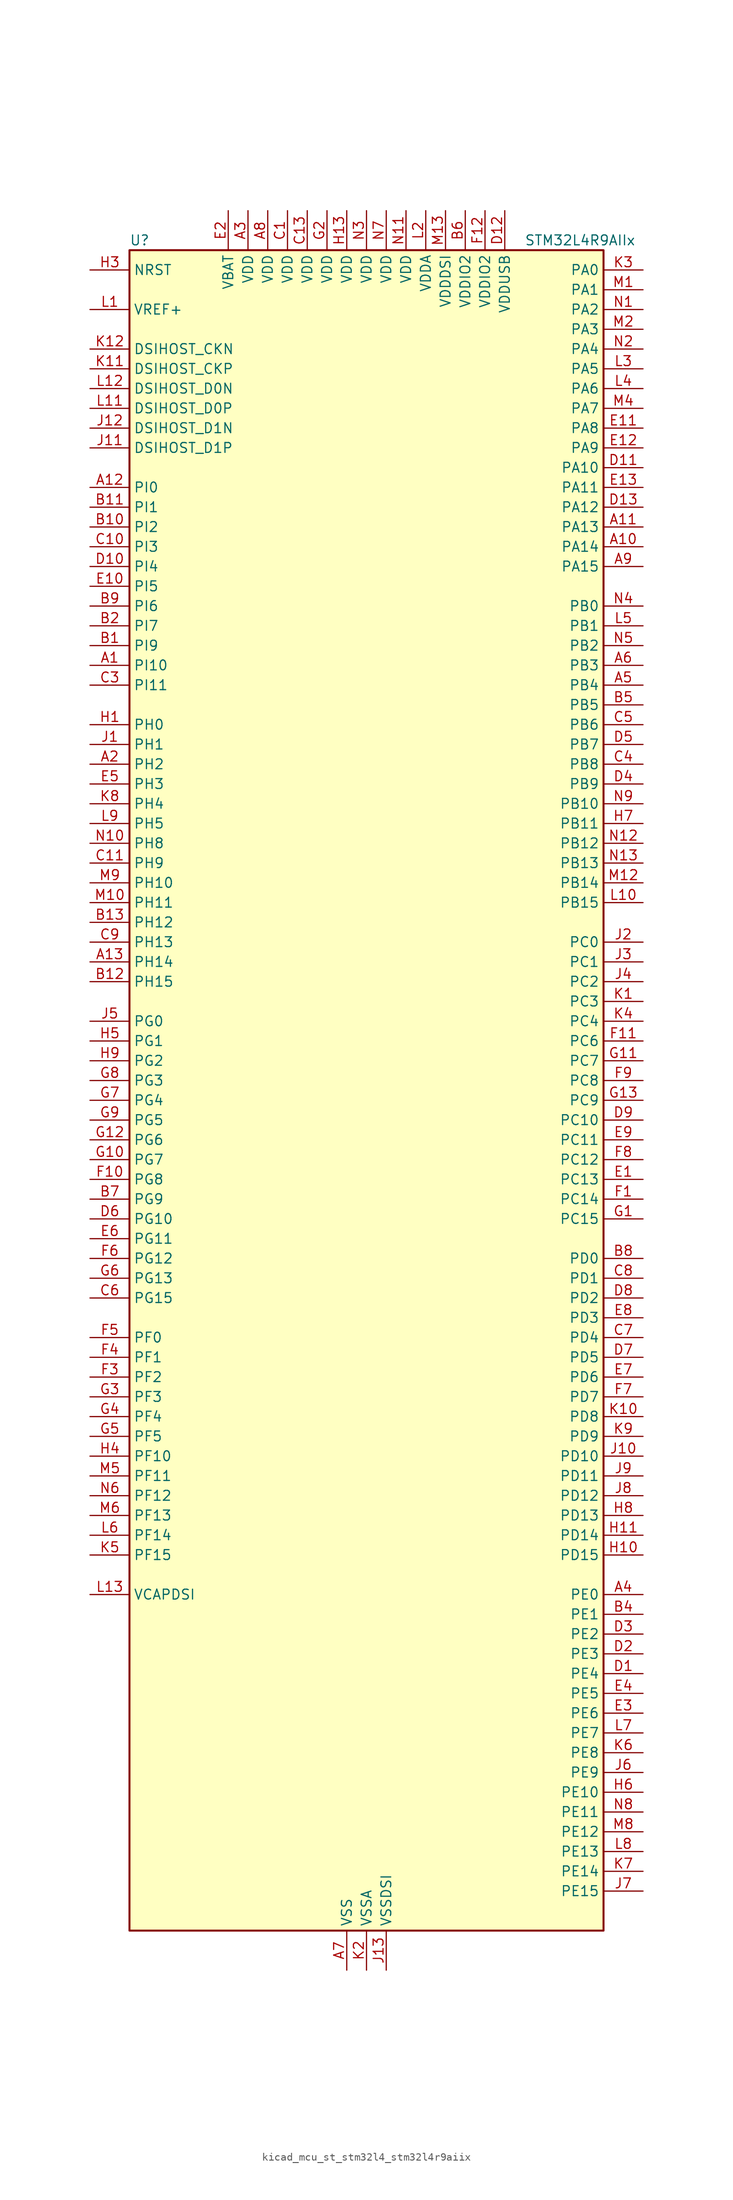
<source format=kicad_sym>
(kicad_symbol_lib
  (version 20220914)
  (generator kicad_symbol_editor)
  (symbol "kicad_mcu_st_stm32l4_stm32l4r9aiix"
    (property "Reference" "U"
      (at -30.48 110.49 0)
      (effects (font (size 1.27 1.27)) (justify left)))
    (property "Value" "STM32L4R9AIIx"
      (at 20.32 110.49 0)
      (effects (font (size 1.27 1.27)) (justify left)))
    (property "ki_locked" ""
      (at 0 0 0)
      (effects (font (size 1.27 1.27))))
    (symbol "kicad_mcu_st_stm32l4_stm32l4r9aiix_0_1"
      (rectangle (start -30.48 -106.68) (end 30.48 109.22) (stroke (width 0.254) (type default)) (fill (type background))))
    (symbol "kicad_mcu_st_stm32l4_stm32l4r9aiix_1_1"
      (pin bidirectional line (at -35.56 55.88 0) (length 5.08) (name "PI10" (effects (font (size 1.27 1.27)))) (number "A1" (effects (font (size 1.27 1.27)))) (alternate "OCTOSPIM_P2_IO1" bidirectional line))
      (pin bidirectional line (at 35.56 71.12 180) (length 5.08) (name "PA14" (effects (font (size 1.27 1.27)))) (number "A10" (effects (font (size 1.27 1.27)))) (alternate "I2C1_SMBA" bidirectional line) (alternate "I2C4_SMBA" bidirectional line) (alternate "LPTIM1_OUT" bidirectional line) (alternate "SAI1_FS_B" bidirectional line) (alternate "SYS_JTCK-SWCLK" bidirectional line) (alternate "USB_OTG_FS_SOF" bidirectional line))
      (pin bidirectional line (at 35.56 73.66 180) (length 5.08) (name "PA13" (effects (font (size 1.27 1.27)))) (number "A11" (effects (font (size 1.27 1.27)))) (alternate "IR_OUT" bidirectional line) (alternate "SAI1_SD_B" bidirectional line) (alternate "SYS_JTMS-SWDIO" bidirectional line) (alternate "USB_OTG_FS_NOE" bidirectional line))
      (pin bidirectional line (at -35.56 78.74 0) (length 5.08) (name "PI0" (effects (font (size 1.27 1.27)))) (number "A12" (effects (font (size 1.27 1.27)))) (alternate "DCMI_D13" bidirectional line) (alternate "OCTOSPIM_P1_IO5" bidirectional line) (alternate "SPI2_NSS" bidirectional line) (alternate "TIM5_CH4" bidirectional line))
      (pin bidirectional line (at -35.56 17.78 0) (length 5.08) (name "PH14" (effects (font (size 1.27 1.27)))) (number "A13" (effects (font (size 1.27 1.27)))) (alternate "DCMI_D4" bidirectional line) (alternate "TIM8_CH2N" bidirectional line))
      (pin bidirectional line (at -35.56 43.18 0) (length 5.08) (name "PH2" (effects (font (size 1.27 1.27)))) (number "A2" (effects (font (size 1.27 1.27)))) (alternate "OCTOSPIM_P1_IO4" bidirectional line))
      (pin power_in line (at -15.24 114.3 270) (length 5.08) (name "VDD" (effects (font (size 1.27 1.27)))) (number "A3" (effects (font (size 1.27 1.27)))))
      (pin bidirectional line (at 35.56 -63.5 180) (length 5.08) (name "PE0" (effects (font (size 1.27 1.27)))) (number "A4" (effects (font (size 1.27 1.27)))) (alternate "DCMI_D2" bidirectional line) (alternate "FMC_NBL0" bidirectional line) (alternate "LTDC_HSYNC" bidirectional line) (alternate "TIM16_CH1" bidirectional line) (alternate "TIM4_ETR" bidirectional line))
      (pin bidirectional line (at 35.56 53.34 180) (length 5.08) (name "PB4" (effects (font (size 1.27 1.27)))) (number "A5" (effects (font (size 1.27 1.27)))) (alternate "COMP2_INP" bidirectional line) (alternate "DCMI_D12" bidirectional line) (alternate "I2C3_SDA" bidirectional line) (alternate "SAI1_MCLK_B" bidirectional line) (alternate "SPI1_MISO" bidirectional line) (alternate "SPI3_MISO" bidirectional line) (alternate "SYS_JTRST" bidirectional line) (alternate "TIM17_BKIN" bidirectional line) (alternate "TIM3_CH1" bidirectional line) (alternate "TSC_G2_IO1" bidirectional line) (alternate "UART5_DE" bidirectional line) (alternate "UART5_RTS" bidirectional line) (alternate "USART1_CTS" bidirectional line) (alternate "USART1_NSS" bidirectional line))
      (pin bidirectional line (at 35.56 55.88 180) (length 5.08) (name "PB3" (effects (font (size 1.27 1.27)))) (number "A6" (effects (font (size 1.27 1.27)))) (alternate "COMP2_INM" bidirectional line) (alternate "CRS_SYNC" bidirectional line) (alternate "SAI1_SCK_B" bidirectional line) (alternate "SPI1_SCK" bidirectional line) (alternate "SPI3_SCK" bidirectional line) (alternate "SYS_JTDO-SWO" bidirectional line) (alternate "TIM2_CH2" bidirectional line) (alternate "USART1_DE" bidirectional line) (alternate "USART1_RTS" bidirectional line))
      (pin power_in line (at -2.54 -111.76 90) (length 5.08) (name "VSS" (effects (font (size 1.27 1.27)))) (number "A7" (effects (font (size 1.27 1.27)))))
      (pin power_in line (at -12.7 114.3 270) (length 5.08) (name "VDD" (effects (font (size 1.27 1.27)))) (number "A8" (effects (font (size 1.27 1.27)))))
      (pin bidirectional line (at 35.56 68.58 180) (length 5.08) (name "PA15" (effects (font (size 1.27 1.27)))) (number "A9" (effects (font (size 1.27 1.27)))) (alternate "ADC1_EXTI15" bidirectional line) (alternate "SAI2_FS_B" bidirectional line) (alternate "SPI1_NSS" bidirectional line) (alternate "SPI3_NSS" bidirectional line) (alternate "SYS_JTDI" bidirectional line) (alternate "TIM2_CH1" bidirectional line) (alternate "TIM2_ETR" bidirectional line) (alternate "TSC_G3_IO1" bidirectional line) (alternate "UART4_DE" bidirectional line) (alternate "UART4_RTS" bidirectional line) (alternate "USART2_RX" bidirectional line) (alternate "USART3_DE" bidirectional line) (alternate "USART3_RTS" bidirectional line))
      (pin bidirectional line (at -35.56 58.42 0) (length 5.08) (name "PI9" (effects (font (size 1.27 1.27)))) (number "B1" (effects (font (size 1.27 1.27)))) (alternate "CAN1_RX" bidirectional line) (alternate "DAC1_EXTI9" bidirectional line) (alternate "OCTOSPIM_P2_IO2" bidirectional line))
      (pin bidirectional line (at -35.56 73.66 0) (length 5.08) (name "PI2" (effects (font (size 1.27 1.27)))) (number "B10" (effects (font (size 1.27 1.27)))) (alternate "DCMI_D9" bidirectional line) (alternate "SPI2_MISO" bidirectional line) (alternate "TIM8_CH4" bidirectional line))
      (pin bidirectional line (at -35.56 76.2 0) (length 5.08) (name "PI1" (effects (font (size 1.27 1.27)))) (number "B11" (effects (font (size 1.27 1.27)))) (alternate "DCMI_D8" bidirectional line) (alternate "SPI2_SCK" bidirectional line))
      (pin bidirectional line (at -35.56 15.24 0) (length 5.08) (name "PH15" (effects (font (size 1.27 1.27)))) (number "B12" (effects (font (size 1.27 1.27)))) (alternate "ADC1_EXTI15" bidirectional line) (alternate "DCMI_D11" bidirectional line) (alternate "OCTOSPIM_P2_IO6" bidirectional line) (alternate "TIM8_CH3N" bidirectional line))
      (pin bidirectional line (at -35.56 22.86 0) (length 5.08) (name "PH12" (effects (font (size 1.27 1.27)))) (number "B13" (effects (font (size 1.27 1.27)))) (alternate "DCMI_D3" bidirectional line) (alternate "OCTOSPIM_P2_IO7" bidirectional line) (alternate "TIM5_CH3" bidirectional line))
      (pin bidirectional line (at -35.56 60.96 0) (length 5.08) (name "PI7" (effects (font (size 1.27 1.27)))) (number "B2" (effects (font (size 1.27 1.27)))) (alternate "DCMI_D7" bidirectional line) (alternate "TIM8_CH3" bidirectional line))
      (pin passive line (at -2.54 -111.76 90) (length 5.08) hide (name "VSS" (effects (font (size 1.27 1.27)))) (number "B3" (effects (font (size 1.27 1.27)))))
      (pin bidirectional line (at 35.56 -66.04 180) (length 5.08) (name "PE1" (effects (font (size 1.27 1.27)))) (number "B4" (effects (font (size 1.27 1.27)))) (alternate "DCMI_D3" bidirectional line) (alternate "FMC_NBL1" bidirectional line) (alternate "LTDC_VSYNC" bidirectional line) (alternate "TIM17_CH1" bidirectional line))
      (pin bidirectional line (at 35.56 50.8 180) (length 5.08) (name "PB5" (effects (font (size 1.27 1.27)))) (number "B5" (effects (font (size 1.27 1.27)))) (alternate "COMP2_OUT" bidirectional line) (alternate "DCMI_D10" bidirectional line) (alternate "I2C1_SMBA" bidirectional line) (alternate "LPTIM1_IN1" bidirectional line) (alternate "SAI1_SD_B" bidirectional line) (alternate "SPI1_MOSI" bidirectional line) (alternate "SPI3_MOSI" bidirectional line) (alternate "TIM16_BKIN" bidirectional line) (alternate "TIM3_CH2" bidirectional line) (alternate "TSC_G2_IO2" bidirectional line) (alternate "UART5_CTS" bidirectional line) (alternate "USART1_CK" bidirectional line))
      (pin power_in line (at 12.7 114.3 270) (length 5.08) (name "VDDIO2" (effects (font (size 1.27 1.27)))) (number "B6" (effects (font (size 1.27 1.27)))))
      (pin bidirectional line (at -35.56 -12.7 0) (length 5.08) (name "PG9" (effects (font (size 1.27 1.27)))) (number "B7" (effects (font (size 1.27 1.27)))) (alternate "DAC1_EXTI9" bidirectional line) (alternate "FMC_NCE" bidirectional line) (alternate "FMC_NE2" bidirectional line) (alternate "OCTOSPIM_P2_IO6" bidirectional line) (alternate "SAI2_SCK_A" bidirectional line) (alternate "SPI3_SCK" bidirectional line) (alternate "TIM15_CH1N" bidirectional line) (alternate "USART1_TX" bidirectional line))
      (pin bidirectional line (at 35.56 -20.32 180) (length 5.08) (name "PD0" (effects (font (size 1.27 1.27)))) (number "B8" (effects (font (size 1.27 1.27)))) (alternate "CAN1_RX" bidirectional line) (alternate "DFSDM1_DATIN7" bidirectional line) (alternate "FMC_D2" bidirectional line) (alternate "FMC_DA2" bidirectional line) (alternate "LTDC_B4" bidirectional line) (alternate "SPI2_NSS" bidirectional line))
      (pin bidirectional line (at -35.56 63.5 0) (length 5.08) (name "PI6" (effects (font (size 1.27 1.27)))) (number "B9" (effects (font (size 1.27 1.27)))) (alternate "DCMI_D6" bidirectional line) (alternate "OCTOSPIM_P2_CLK" bidirectional line) (alternate "TIM8_CH2" bidirectional line))
      (pin power_in line (at -10.16 114.3 270) (length 5.08) (name "VDD" (effects (font (size 1.27 1.27)))) (number "C1" (effects (font (size 1.27 1.27)))))
      (pin bidirectional line (at -35.56 71.12 0) (length 5.08) (name "PI3" (effects (font (size 1.27 1.27)))) (number "C10" (effects (font (size 1.27 1.27)))) (alternate "DCMI_D10" bidirectional line) (alternate "SPI2_MOSI" bidirectional line) (alternate "TIM8_ETR" bidirectional line))
      (pin bidirectional line (at -35.56 30.48 0) (length 5.08) (name "PH9" (effects (font (size 1.27 1.27)))) (number "C11" (effects (font (size 1.27 1.27)))) (alternate "DAC1_EXTI9" bidirectional line) (alternate "DCMI_D0" bidirectional line) (alternate "I2C3_SMBA" bidirectional line) (alternate "OCTOSPIM_P2_IO4" bidirectional line))
      (pin passive line (at -2.54 -111.76 90) (length 5.08) hide (name "VSS" (effects (font (size 1.27 1.27)))) (number "C12" (effects (font (size 1.27 1.27)))))
      (pin power_in line (at -7.62 114.3 270) (length 5.08) (name "VDD" (effects (font (size 1.27 1.27)))) (number "C13" (effects (font (size 1.27 1.27)))))
      (pin passive line (at -2.54 -111.76 90) (length 5.08) hide (name "VSS" (effects (font (size 1.27 1.27)))) (number "C2" (effects (font (size 1.27 1.27)))))
      (pin bidirectional line (at -35.56 53.34 0) (length 5.08) (name "PI11" (effects (font (size 1.27 1.27)))) (number "C3" (effects (font (size 1.27 1.27)))) (alternate "ADC1_EXTI11" bidirectional line) (alternate "OCTOSPIM_P2_IO0" bidirectional line))
      (pin bidirectional line (at 35.56 43.18 180) (length 5.08) (name "PB8" (effects (font (size 1.27 1.27)))) (number "C4" (effects (font (size 1.27 1.27)))) (alternate "CAN1_RX" bidirectional line) (alternate "DCMI_D6" bidirectional line) (alternate "DFSDM1_CKOUT" bidirectional line) (alternate "DFSDM1_DATIN6" bidirectional line) (alternate "I2C1_SCL" bidirectional line) (alternate "LTDC_B1" bidirectional line) (alternate "SAI1_CK1" bidirectional line) (alternate "SAI1_MCLK_A" bidirectional line) (alternate "SDMMC1_CKIN" bidirectional line) (alternate "SDMMC1_D4" bidirectional line) (alternate "TIM16_CH1" bidirectional line) (alternate "TIM4_CH3" bidirectional line))
      (pin bidirectional line (at 35.56 48.26 180) (length 5.08) (name "PB6" (effects (font (size 1.27 1.27)))) (number "C5" (effects (font (size 1.27 1.27)))) (alternate "COMP2_INP" bidirectional line) (alternate "DCMI_D5" bidirectional line) (alternate "DFSDM1_DATIN5" bidirectional line) (alternate "I2C1_SCL" bidirectional line) (alternate "I2C4_SCL" bidirectional line) (alternate "LPTIM1_ETR" bidirectional line) (alternate "SAI1_FS_B" bidirectional line) (alternate "TIM16_CH1N" bidirectional line) (alternate "TIM4_CH1" bidirectional line) (alternate "TIM8_BKIN2" bidirectional line) (alternate "TSC_G2_IO3" bidirectional line) (alternate "USART1_TX" bidirectional line))
      (pin bidirectional line (at -35.56 -25.4 0) (length 5.08) (name "PG15" (effects (font (size 1.27 1.27)))) (number "C6" (effects (font (size 1.27 1.27)))) (alternate "ADC1_EXTI15" bidirectional line) (alternate "DCMI_D13" bidirectional line) (alternate "I2C1_SMBA" bidirectional line) (alternate "LPTIM1_OUT" bidirectional line) (alternate "OCTOSPIM_P2_DQS" bidirectional line))
      (pin bidirectional line (at 35.56 -30.48 180) (length 5.08) (name "PD4" (effects (font (size 1.27 1.27)))) (number "C7" (effects (font (size 1.27 1.27)))) (alternate "DFSDM1_CKIN0" bidirectional line) (alternate "FMC_NOE" bidirectional line) (alternate "OCTOSPIM_P1_IO4" bidirectional line) (alternate "SPI2_MOSI" bidirectional line) (alternate "USART2_DE" bidirectional line) (alternate "USART2_RTS" bidirectional line))
      (pin bidirectional line (at 35.56 -22.86 180) (length 5.08) (name "PD1" (effects (font (size 1.27 1.27)))) (number "C8" (effects (font (size 1.27 1.27)))) (alternate "CAN1_TX" bidirectional line) (alternate "DFSDM1_CKIN7" bidirectional line) (alternate "FMC_D3" bidirectional line) (alternate "FMC_DA3" bidirectional line) (alternate "LTDC_B5" bidirectional line) (alternate "SPI2_SCK" bidirectional line))
      (pin bidirectional line (at -35.56 20.32 0) (length 5.08) (name "PH13" (effects (font (size 1.27 1.27)))) (number "C9" (effects (font (size 1.27 1.27)))) (alternate "CAN1_TX" bidirectional line) (alternate "TIM8_CH1N" bidirectional line))
      (pin bidirectional line (at 35.56 -73.66 180) (length 5.08) (name "PE4" (effects (font (size 1.27 1.27)))) (number "D1" (effects (font (size 1.27 1.27)))) (alternate "DCMI_D4" bidirectional line) (alternate "DFSDM1_DATIN3" bidirectional line) (alternate "FMC_A20" bidirectional line) (alternate "LTDC_B0" bidirectional line) (alternate "SAI1_D2" bidirectional line) (alternate "SAI1_FS_A" bidirectional line) (alternate "SYS_TRACED1" bidirectional line) (alternate "TIM3_CH2" bidirectional line) (alternate "TSC_G7_IO3" bidirectional line))
      (pin bidirectional line (at -35.56 68.58 0) (length 5.08) (name "PI4" (effects (font (size 1.27 1.27)))) (number "D10" (effects (font (size 1.27 1.27)))) (alternate "DCMI_D5" bidirectional line) (alternate "TIM8_BKIN" bidirectional line))
      (pin bidirectional line (at 35.56 81.28 180) (length 5.08) (name "PA10" (effects (font (size 1.27 1.27)))) (number "D11" (effects (font (size 1.27 1.27)))) (alternate "DCMI_D1" bidirectional line) (alternate "SAI1_D1" bidirectional line) (alternate "SAI1_SD_A" bidirectional line) (alternate "TIM17_BKIN" bidirectional line) (alternate "TIM1_CH3" bidirectional line) (alternate "USART1_RX" bidirectional line) (alternate "USB_OTG_FS_ID" bidirectional line))
      (pin power_in line (at 17.78 114.3 270) (length 5.08) (name "VDDUSB" (effects (font (size 1.27 1.27)))) (number "D12" (effects (font (size 1.27 1.27)))))
      (pin bidirectional line (at 35.56 76.2 180) (length 5.08) (name "PA12" (effects (font (size 1.27 1.27)))) (number "D13" (effects (font (size 1.27 1.27)))) (alternate "CAN1_TX" bidirectional line) (alternate "SPI1_MOSI" bidirectional line) (alternate "TIM1_ETR" bidirectional line) (alternate "USART1_DE" bidirectional line) (alternate "USART1_RTS" bidirectional line) (alternate "USB_OTG_FS_DP" bidirectional line))
      (pin bidirectional line (at 35.56 -71.12 180) (length 5.08) (name "PE3" (effects (font (size 1.27 1.27)))) (number "D2" (effects (font (size 1.27 1.27)))) (alternate "FMC_A19" bidirectional line) (alternate "LTDC_R1" bidirectional line) (alternate "OCTOSPIM_P1_DQS" bidirectional line) (alternate "SAI1_SD_B" bidirectional line) (alternate "SYS_TRACED0" bidirectional line) (alternate "TIM3_CH1" bidirectional line) (alternate "TSC_G7_IO2" bidirectional line))
      (pin bidirectional line (at 35.56 -68.58 180) (length 5.08) (name "PE2" (effects (font (size 1.27 1.27)))) (number "D3" (effects (font (size 1.27 1.27)))) (alternate "FMC_A23" bidirectional line) (alternate "LTDC_R0" bidirectional line) (alternate "SAI1_CK1" bidirectional line) (alternate "SAI1_MCLK_A" bidirectional line) (alternate "SYS_TRACECLK" bidirectional line) (alternate "TIM3_ETR" bidirectional line) (alternate "TSC_G7_IO1" bidirectional line))
      (pin bidirectional line (at 35.56 40.64 180) (length 5.08) (name "PB9" (effects (font (size 1.27 1.27)))) (number "D4" (effects (font (size 1.27 1.27)))) (alternate "CAN1_TX" bidirectional line) (alternate "DAC1_EXTI9" bidirectional line) (alternate "DCMI_D7" bidirectional line) (alternate "DFSDM1_CKIN6" bidirectional line) (alternate "I2C1_SDA" bidirectional line) (alternate "IR_OUT" bidirectional line) (alternate "SAI1_D2" bidirectional line) (alternate "SAI1_FS_A" bidirectional line) (alternate "SDMMC1_CDIR" bidirectional line) (alternate "SDMMC1_D5" bidirectional line) (alternate "SPI2_NSS" bidirectional line) (alternate "TIM17_CH1" bidirectional line) (alternate "TIM4_CH4" bidirectional line))
      (pin bidirectional line (at 35.56 45.72 180) (length 5.08) (name "PB7" (effects (font (size 1.27 1.27)))) (number "D5" (effects (font (size 1.27 1.27)))) (alternate "COMP2_INM" bidirectional line) (alternate "DCMI_VSYNC" bidirectional line) (alternate "DFSDM1_CKIN5" bidirectional line) (alternate "DSIHOST_TE" bidirectional line) (alternate "FMC_NL" bidirectional line) (alternate "I2C1_SDA" bidirectional line) (alternate "I2C4_SDA" bidirectional line) (alternate "LPTIM1_IN2" bidirectional line) (alternate "SYS_PVD_IN" bidirectional line) (alternate "TIM17_CH1N" bidirectional line) (alternate "TIM4_CH2" bidirectional line) (alternate "TIM8_BKIN" bidirectional line) (alternate "TSC_G2_IO4" bidirectional line) (alternate "UART4_CTS" bidirectional line) (alternate "USART1_RX" bidirectional line))
      (pin bidirectional line (at -35.56 -15.24 0) (length 5.08) (name "PG10" (effects (font (size 1.27 1.27)))) (number "D6" (effects (font (size 1.27 1.27)))) (alternate "FMC_NE3" bidirectional line) (alternate "LPTIM1_IN1" bidirectional line) (alternate "OCTOSPIM_P2_IO7" bidirectional line) (alternate "SAI2_FS_A" bidirectional line) (alternate "SPI3_MISO" bidirectional line) (alternate "TIM15_CH1" bidirectional line) (alternate "USART1_RX" bidirectional line))
      (pin bidirectional line (at 35.56 -33.02 180) (length 5.08) (name "PD5" (effects (font (size 1.27 1.27)))) (number "D7" (effects (font (size 1.27 1.27)))) (alternate "FMC_NWE" bidirectional line) (alternate "OCTOSPIM_P1_IO5" bidirectional line) (alternate "USART2_TX" bidirectional line))
      (pin bidirectional line (at 35.56 -25.4 180) (length 5.08) (name "PD2" (effects (font (size 1.27 1.27)))) (number "D8" (effects (font (size 1.27 1.27)))) (alternate "DCMI_D11" bidirectional line) (alternate "SDMMC1_CMD" bidirectional line) (alternate "SYS_TRACED2" bidirectional line) (alternate "TIM3_ETR" bidirectional line) (alternate "TSC_SYNC" bidirectional line) (alternate "UART5_RX" bidirectional line) (alternate "USART3_DE" bidirectional line) (alternate "USART3_RTS" bidirectional line))
      (pin bidirectional line (at 35.56 -2.54 180) (length 5.08) (name "PC10" (effects (font (size 1.27 1.27)))) (number "D9" (effects (font (size 1.27 1.27)))) (alternate "DCMI_D8" bidirectional line) (alternate "SAI2_SCK_B" bidirectional line) (alternate "SDMMC1_D2" bidirectional line) (alternate "SPI3_SCK" bidirectional line) (alternate "SYS_TRACED1" bidirectional line) (alternate "TSC_G3_IO2" bidirectional line) (alternate "UART4_TX" bidirectional line) (alternate "USART3_TX" bidirectional line))
      (pin bidirectional line (at 35.56 -10.16 180) (length 5.08) (name "PC13" (effects (font (size 1.27 1.27)))) (number "E1" (effects (font (size 1.27 1.27)))) (alternate "RTC_OUT_ALARM" bidirectional line) (alternate "RTC_OUT_CALIB" bidirectional line) (alternate "RTC_TAMP1" bidirectional line) (alternate "RTC_TS" bidirectional line) (alternate "SYS_WKUP2" bidirectional line))
      (pin bidirectional line (at -35.56 66.04 0) (length 5.08) (name "PI5" (effects (font (size 1.27 1.27)))) (number "E10" (effects (font (size 1.27 1.27)))) (alternate "DCMI_VSYNC" bidirectional line) (alternate "OCTOSPIM_P2_NCS" bidirectional line) (alternate "TIM8_CH1" bidirectional line))
      (pin bidirectional line (at 35.56 86.36 180) (length 5.08) (name "PA8" (effects (font (size 1.27 1.27)))) (number "E11" (effects (font (size 1.27 1.27)))) (alternate "LPTIM2_OUT" bidirectional line) (alternate "RCC_MCO" bidirectional line) (alternate "SAI1_CK2" bidirectional line) (alternate "SAI1_SCK_A" bidirectional line) (alternate "TIM1_CH1" bidirectional line) (alternate "USART1_CK" bidirectional line) (alternate "USB_OTG_FS_SOF" bidirectional line))
      (pin bidirectional line (at 35.56 83.82 180) (length 5.08) (name "PA9" (effects (font (size 1.27 1.27)))) (number "E12" (effects (font (size 1.27 1.27)))) (alternate "DAC1_EXTI9" bidirectional line) (alternate "DCMI_D0" bidirectional line) (alternate "SAI1_FS_A" bidirectional line) (alternate "SPI2_SCK" bidirectional line) (alternate "TIM15_BKIN" bidirectional line) (alternate "TIM1_CH2" bidirectional line) (alternate "USART1_TX" bidirectional line) (alternate "USB_OTG_FS_VBUS" bidirectional line))
      (pin bidirectional line (at 35.56 78.74 180) (length 5.08) (name "PA11" (effects (font (size 1.27 1.27)))) (number "E13" (effects (font (size 1.27 1.27)))) (alternate "ADC1_EXTI11" bidirectional line) (alternate "CAN1_RX" bidirectional line) (alternate "SPI1_MISO" bidirectional line) (alternate "TIM1_BKIN2" bidirectional line) (alternate "TIM1_CH4" bidirectional line) (alternate "USART1_CTS" bidirectional line) (alternate "USART1_NSS" bidirectional line) (alternate "USB_OTG_FS_DM" bidirectional line))
      (pin power_in line (at -17.78 114.3 270) (length 5.08) (name "VBAT" (effects (font (size 1.27 1.27)))) (number "E2" (effects (font (size 1.27 1.27)))))
      (pin bidirectional line (at 35.56 -78.74 180) (length 5.08) (name "PE6" (effects (font (size 1.27 1.27)))) (number "E3" (effects (font (size 1.27 1.27)))) (alternate "DCMI_D7" bidirectional line) (alternate "FMC_A22" bidirectional line) (alternate "LTDC_G1" bidirectional line) (alternate "RTC_TAMP3" bidirectional line) (alternate "SAI1_D1" bidirectional line) (alternate "SAI1_SD_A" bidirectional line) (alternate "SYS_TRACED3" bidirectional line) (alternate "SYS_WKUP3" bidirectional line) (alternate "TIM3_CH4" bidirectional line))
      (pin bidirectional line (at 35.56 -76.2 180) (length 5.08) (name "PE5" (effects (font (size 1.27 1.27)))) (number "E4" (effects (font (size 1.27 1.27)))) (alternate "DCMI_D6" bidirectional line) (alternate "DFSDM1_CKIN3" bidirectional line) (alternate "FMC_A21" bidirectional line) (alternate "LTDC_G0" bidirectional line) (alternate "SAI1_CK2" bidirectional line) (alternate "SAI1_SCK_A" bidirectional line) (alternate "SYS_TRACED2" bidirectional line) (alternate "TIM3_CH3" bidirectional line) (alternate "TSC_G7_IO4" bidirectional line))
      (pin bidirectional line (at -35.56 40.64 0) (length 5.08) (name "PH3" (effects (font (size 1.27 1.27)))) (number "E5" (effects (font (size 1.27 1.27)))))
      (pin bidirectional line (at -35.56 -17.78 0) (length 5.08) (name "PG11" (effects (font (size 1.27 1.27)))) (number "E6" (effects (font (size 1.27 1.27)))) (alternate "ADC1_EXTI11" bidirectional line) (alternate "LPTIM1_IN2" bidirectional line) (alternate "OCTOSPIM_P1_IO5" bidirectional line) (alternate "SAI2_MCLK_A" bidirectional line) (alternate "SPI3_MOSI" bidirectional line) (alternate "TIM15_CH2" bidirectional line) (alternate "USART1_CTS" bidirectional line) (alternate "USART1_NSS" bidirectional line))
      (pin bidirectional line (at 35.56 -35.56 180) (length 5.08) (name "PD6" (effects (font (size 1.27 1.27)))) (number "E7" (effects (font (size 1.27 1.27)))) (alternate "DCMI_D10" bidirectional line) (alternate "DFSDM1_DATIN1" bidirectional line) (alternate "FMC_NWAIT" bidirectional line) (alternate "LTDC_DE" bidirectional line) (alternate "OCTOSPIM_P1_IO6" bidirectional line) (alternate "SAI1_D1" bidirectional line) (alternate "SAI1_SD_A" bidirectional line) (alternate "SPI3_MOSI" bidirectional line) (alternate "USART2_RX" bidirectional line))
      (pin bidirectional line (at 35.56 -27.94 180) (length 5.08) (name "PD3" (effects (font (size 1.27 1.27)))) (number "E8" (effects (font (size 1.27 1.27)))) (alternate "DCMI_D5" bidirectional line) (alternate "DFSDM1_DATIN0" bidirectional line) (alternate "FMC_CLK" bidirectional line) (alternate "LTDC_CLK" bidirectional line) (alternate "OCTOSPIM_P2_NCS" bidirectional line) (alternate "SPI2_MISO" bidirectional line) (alternate "SPI2_SCK" bidirectional line) (alternate "USART2_CTS" bidirectional line) (alternate "USART2_NSS" bidirectional line))
      (pin bidirectional line (at 35.56 -5.08 180) (length 5.08) (name "PC11" (effects (font (size 1.27 1.27)))) (number "E9" (effects (font (size 1.27 1.27)))) (alternate "ADC1_EXTI11" bidirectional line) (alternate "DCMI_D2" bidirectional line) (alternate "DCMI_D4" bidirectional line) (alternate "OCTOSPIM_P1_NCS" bidirectional line) (alternate "SAI2_MCLK_B" bidirectional line) (alternate "SDMMC1_D3" bidirectional line) (alternate "SPI3_MISO" bidirectional line) (alternate "TSC_G3_IO3" bidirectional line) (alternate "UART4_RX" bidirectional line) (alternate "USART3_RX" bidirectional line))
      (pin bidirectional line (at 35.56 -12.7 180) (length 5.08) (name "PC14" (effects (font (size 1.27 1.27)))) (number "F1" (effects (font (size 1.27 1.27)))) (alternate "RCC_OSC32_IN" bidirectional line))
      (pin bidirectional line (at -35.56 -10.16 0) (length 5.08) (name "PG8" (effects (font (size 1.27 1.27)))) (number "F10" (effects (font (size 1.27 1.27)))) (alternate "I2C3_SDA" bidirectional line) (alternate "LPUART1_RX" bidirectional line))
      (pin bidirectional line (at 35.56 7.62 180) (length 5.08) (name "PC6" (effects (font (size 1.27 1.27)))) (number "F11" (effects (font (size 1.27 1.27)))) (alternate "DCMI_D0" bidirectional line) (alternate "DFSDM1_CKIN3" bidirectional line) (alternate "LTDC_R0" bidirectional line) (alternate "SAI2_MCLK_A" bidirectional line) (alternate "SDMMC1_D0DIR" bidirectional line) (alternate "SDMMC1_D6" bidirectional line) (alternate "TIM3_CH1" bidirectional line) (alternate "TIM8_CH1" bidirectional line) (alternate "TSC_G4_IO1" bidirectional line))
      (pin power_in line (at 15.24 114.3 270) (length 5.08) (name "VDDIO2" (effects (font (size 1.27 1.27)))) (number "F12" (effects (font (size 1.27 1.27)))))
      (pin passive line (at -2.54 -111.76 90) (length 5.08) hide (name "VSS" (effects (font (size 1.27 1.27)))) (number "F13" (effects (font (size 1.27 1.27)))))
      (pin passive line (at -2.54 -111.76 90) (length 5.08) hide (name "VSS" (effects (font (size 1.27 1.27)))) (number "F2" (effects (font (size 1.27 1.27)))))
      (pin bidirectional line (at -35.56 -35.56 0) (length 5.08) (name "PF2" (effects (font (size 1.27 1.27)))) (number "F3" (effects (font (size 1.27 1.27)))) (alternate "FMC_A2" bidirectional line) (alternate "I2C2_SMBA" bidirectional line) (alternate "OCTOSPIM_P2_IO2" bidirectional line))
      (pin bidirectional line (at -35.56 -33.02 0) (length 5.08) (name "PF1" (effects (font (size 1.27 1.27)))) (number "F4" (effects (font (size 1.27 1.27)))) (alternate "FMC_A1" bidirectional line) (alternate "I2C2_SCL" bidirectional line) (alternate "OCTOSPIM_P2_IO1" bidirectional line))
      (pin bidirectional line (at -35.56 -30.48 0) (length 5.08) (name "PF0" (effects (font (size 1.27 1.27)))) (number "F5" (effects (font (size 1.27 1.27)))) (alternate "FMC_A0" bidirectional line) (alternate "I2C2_SDA" bidirectional line) (alternate "OCTOSPIM_P2_IO0" bidirectional line))
      (pin bidirectional line (at -35.56 -20.32 0) (length 5.08) (name "PG12" (effects (font (size 1.27 1.27)))) (number "F6" (effects (font (size 1.27 1.27)))) (alternate "FMC_NE4" bidirectional line) (alternate "LPTIM1_ETR" bidirectional line) (alternate "OCTOSPIM_P2_NCS" bidirectional line) (alternate "SAI2_SD_A" bidirectional line) (alternate "SPI3_NSS" bidirectional line) (alternate "USART1_DE" bidirectional line) (alternate "USART1_RTS" bidirectional line))
      (pin bidirectional line (at 35.56 -38.1 180) (length 5.08) (name "PD7" (effects (font (size 1.27 1.27)))) (number "F7" (effects (font (size 1.27 1.27)))) (alternate "DFSDM1_CKIN1" bidirectional line) (alternate "FMC_NCE" bidirectional line) (alternate "FMC_NE1" bidirectional line) (alternate "OCTOSPIM_P1_IO7" bidirectional line) (alternate "USART2_CK" bidirectional line))
      (pin bidirectional line (at 35.56 -7.62 180) (length 5.08) (name "PC12" (effects (font (size 1.27 1.27)))) (number "F8" (effects (font (size 1.27 1.27)))) (alternate "DCMI_D9" bidirectional line) (alternate "SAI2_SD_B" bidirectional line) (alternate "SDMMC1_CK" bidirectional line) (alternate "SPI3_MOSI" bidirectional line) (alternate "SYS_TRACED3" bidirectional line) (alternate "TSC_G3_IO4" bidirectional line) (alternate "UART5_TX" bidirectional line) (alternate "USART3_CK" bidirectional line))
      (pin bidirectional line (at 35.56 2.54 180) (length 5.08) (name "PC8" (effects (font (size 1.27 1.27)))) (number "F9" (effects (font (size 1.27 1.27)))) (alternate "DCMI_D2" bidirectional line) (alternate "SDMMC1_D0" bidirectional line) (alternate "TIM3_CH3" bidirectional line) (alternate "TIM8_CH3" bidirectional line) (alternate "TSC_G4_IO3" bidirectional line))
      (pin bidirectional line (at 35.56 -15.24 180) (length 5.08) (name "PC15" (effects (font (size 1.27 1.27)))) (number "G1" (effects (font (size 1.27 1.27)))) (alternate "ADC1_EXTI15" bidirectional line) (alternate "RCC_OSC32_OUT" bidirectional line))
      (pin bidirectional line (at -35.56 -7.62 0) (length 5.08) (name "PG7" (effects (font (size 1.27 1.27)))) (number "G10" (effects (font (size 1.27 1.27)))) (alternate "DFSDM1_CKOUT" bidirectional line) (alternate "FMC_INT" bidirectional line) (alternate "I2C3_SCL" bidirectional line) (alternate "LPUART1_TX" bidirectional line) (alternate "OCTOSPIM_P2_DQS" bidirectional line) (alternate "SAI1_CK1" bidirectional line) (alternate "SAI1_MCLK_A" bidirectional line))
      (pin bidirectional line (at 35.56 5.08 180) (length 5.08) (name "PC7" (effects (font (size 1.27 1.27)))) (number "G11" (effects (font (size 1.27 1.27)))) (alternate "DCMI_D1" bidirectional line) (alternate "DFSDM1_DATIN3" bidirectional line) (alternate "LTDC_R1" bidirectional line) (alternate "SAI2_MCLK_B" bidirectional line) (alternate "SDMMC1_D123DIR" bidirectional line) (alternate "SDMMC1_D7" bidirectional line) (alternate "TIM3_CH2" bidirectional line) (alternate "TIM8_CH2" bidirectional line) (alternate "TSC_G4_IO2" bidirectional line))
      (pin bidirectional line (at -35.56 -5.08 0) (length 5.08) (name "PG6" (effects (font (size 1.27 1.27)))) (number "G12" (effects (font (size 1.27 1.27)))) (alternate "DSIHOST_TE" bidirectional line) (alternate "I2C3_SMBA" bidirectional line) (alternate "LPUART1_DE" bidirectional line) (alternate "LPUART1_RTS" bidirectional line) (alternate "LTDC_R1" bidirectional line) (alternate "OCTOSPIM_P1_DQS" bidirectional line))
      (pin bidirectional line (at 35.56 0 180) (length 5.08) (name "PC9" (effects (font (size 1.27 1.27)))) (number "G13" (effects (font (size 1.27 1.27)))) (alternate "DAC1_EXTI9" bidirectional line) (alternate "DCMI_D3" bidirectional line) (alternate "I2C3_SDA" bidirectional line) (alternate "SAI2_EXTCLK" bidirectional line) (alternate "SDMMC1_D1" bidirectional line) (alternate "SYS_TRACED0" bidirectional line) (alternate "TIM3_CH4" bidirectional line) (alternate "TIM8_BKIN2" bidirectional line) (alternate "TIM8_CH4" bidirectional line) (alternate "TSC_G4_IO4" bidirectional line) (alternate "USB_OTG_FS_NOE" bidirectional line))
      (pin power_in line (at -5.08 114.3 270) (length 5.08) (name "VDD" (effects (font (size 1.27 1.27)))) (number "G2" (effects (font (size 1.27 1.27)))))
      (pin bidirectional line (at -35.56 -38.1 0) (length 5.08) (name "PF3" (effects (font (size 1.27 1.27)))) (number "G3" (effects (font (size 1.27 1.27)))) (alternate "FMC_A3" bidirectional line) (alternate "OCTOSPIM_P2_IO3" bidirectional line))
      (pin bidirectional line (at -35.56 -40.64 0) (length 5.08) (name "PF4" (effects (font (size 1.27 1.27)))) (number "G4" (effects (font (size 1.27 1.27)))) (alternate "FMC_A4" bidirectional line) (alternate "OCTOSPIM_P2_CLK" bidirectional line))
      (pin bidirectional line (at -35.56 -43.18 0) (length 5.08) (name "PF5" (effects (font (size 1.27 1.27)))) (number "G5" (effects (font (size 1.27 1.27)))) (alternate "FMC_A5" bidirectional line))
      (pin bidirectional line (at -35.56 -22.86 0) (length 5.08) (name "PG13" (effects (font (size 1.27 1.27)))) (number "G6" (effects (font (size 1.27 1.27)))) (alternate "FMC_A24" bidirectional line) (alternate "I2C1_SDA" bidirectional line) (alternate "LTDC_R0" bidirectional line) (alternate "USART1_CK" bidirectional line))
      (pin bidirectional line (at -35.56 0 0) (length 5.08) (name "PG4" (effects (font (size 1.27 1.27)))) (number "G7" (effects (font (size 1.27 1.27)))) (alternate "FMC_A14" bidirectional line) (alternate "SAI2_MCLK_B" bidirectional line) (alternate "SPI1_MOSI" bidirectional line))
      (pin bidirectional line (at -35.56 2.54 0) (length 5.08) (name "PG3" (effects (font (size 1.27 1.27)))) (number "G8" (effects (font (size 1.27 1.27)))) (alternate "FMC_A13" bidirectional line) (alternate "SAI2_FS_B" bidirectional line) (alternate "SPI1_MISO" bidirectional line))
      (pin bidirectional line (at -35.56 -2.54 0) (length 5.08) (name "PG5" (effects (font (size 1.27 1.27)))) (number "G9" (effects (font (size 1.27 1.27)))) (alternate "FMC_A15" bidirectional line) (alternate "LPUART1_CTS" bidirectional line) (alternate "SAI2_SD_B" bidirectional line) (alternate "SPI1_NSS" bidirectional line))
      (pin bidirectional line (at -35.56 48.26 0) (length 5.08) (name "PH0" (effects (font (size 1.27 1.27)))) (number "H1" (effects (font (size 1.27 1.27)))) (alternate "RCC_OSC_IN" bidirectional line))
      (pin bidirectional line (at 35.56 -58.42 180) (length 5.08) (name "PD15" (effects (font (size 1.27 1.27)))) (number "H10" (effects (font (size 1.27 1.27)))) (alternate "ADC1_EXTI15" bidirectional line) (alternate "FMC_D1" bidirectional line) (alternate "FMC_DA1" bidirectional line) (alternate "LTDC_B3" bidirectional line) (alternate "TIM4_CH4" bidirectional line))
      (pin bidirectional line (at 35.56 -55.88 180) (length 5.08) (name "PD14" (effects (font (size 1.27 1.27)))) (number "H11" (effects (font (size 1.27 1.27)))) (alternate "FMC_D0" bidirectional line) (alternate "FMC_DA0" bidirectional line) (alternate "LTDC_B2" bidirectional line) (alternate "TIM4_CH3" bidirectional line))
      (pin passive line (at -2.54 -111.76 90) (length 5.08) hide (name "VSS" (effects (font (size 1.27 1.27)))) (number "H12" (effects (font (size 1.27 1.27)))))
      (pin power_in line (at -2.54 114.3 270) (length 5.08) (name "VDD" (effects (font (size 1.27 1.27)))) (number "H13" (effects (font (size 1.27 1.27)))))
      (pin passive line (at -2.54 -111.76 90) (length 5.08) hide (name "VSS" (effects (font (size 1.27 1.27)))) (number "H2" (effects (font (size 1.27 1.27)))))
      (pin input line (at -35.56 106.68 0) (length 5.08) (name "NRST" (effects (font (size 1.27 1.27)))) (number "H3" (effects (font (size 1.27 1.27)))))
      (pin bidirectional line (at -35.56 -45.72 0) (length 5.08) (name "PF10" (effects (font (size 1.27 1.27)))) (number "H4" (effects (font (size 1.27 1.27)))) (alternate "DCMI_D11" bidirectional line) (alternate "DFSDM1_CKOUT" bidirectional line) (alternate "OCTOSPIM_P1_CLK" bidirectional line) (alternate "SAI1_D3" bidirectional line) (alternate "TIM15_CH2" bidirectional line))
      (pin bidirectional line (at -35.56 7.62 0) (length 5.08) (name "PG1" (effects (font (size 1.27 1.27)))) (number "H5" (effects (font (size 1.27 1.27)))) (alternate "FMC_A11" bidirectional line) (alternate "OCTOSPIM_P2_IO5" bidirectional line) (alternate "TSC_G8_IO4" bidirectional line))
      (pin bidirectional line (at 35.56 -88.9 180) (length 5.08) (name "PE10" (effects (font (size 1.27 1.27)))) (number "H6" (effects (font (size 1.27 1.27)))) (alternate "DFSDM1_DATIN4" bidirectional line) (alternate "FMC_D7" bidirectional line) (alternate "FMC_DA7" bidirectional line) (alternate "LTDC_G3" bidirectional line) (alternate "OCTOSPIM_P1_CLK" bidirectional line) (alternate "SAI1_MCLK_B" bidirectional line) (alternate "TIM1_CH2N" bidirectional line) (alternate "TSC_G5_IO1" bidirectional line))
      (pin bidirectional line (at 35.56 35.56 180) (length 5.08) (name "PB11" (effects (font (size 1.27 1.27)))) (number "H7" (effects (font (size 1.27 1.27)))) (alternate "ADC1_EXTI11" bidirectional line) (alternate "COMP2_OUT" bidirectional line) (alternate "DFSDM1_CKIN7" bidirectional line) (alternate "DSIHOST_TE" bidirectional line) (alternate "I2C2_SDA" bidirectional line) (alternate "I2C4_SDA" bidirectional line) (alternate "LPUART1_TX" bidirectional line) (alternate "OCTOSPIM_P1_NCS" bidirectional line) (alternate "TIM2_CH4" bidirectional line) (alternate "USART3_RX" bidirectional line))
      (pin bidirectional line (at 35.56 -53.34 180) (length 5.08) (name "PD13" (effects (font (size 1.27 1.27)))) (number "H8" (effects (font (size 1.27 1.27)))) (alternate "FMC_A18" bidirectional line) (alternate "I2C4_SDA" bidirectional line) (alternate "LPTIM2_OUT" bidirectional line) (alternate "TIM4_CH2" bidirectional line) (alternate "TSC_G6_IO4" bidirectional line))
      (pin bidirectional line (at -35.56 5.08 0) (length 5.08) (name "PG2" (effects (font (size 1.27 1.27)))) (number "H9" (effects (font (size 1.27 1.27)))) (alternate "FMC_A12" bidirectional line) (alternate "SAI2_SCK_B" bidirectional line) (alternate "SPI1_SCK" bidirectional line))
      (pin bidirectional line (at -35.56 45.72 0) (length 5.08) (name "PH1" (effects (font (size 1.27 1.27)))) (number "J1" (effects (font (size 1.27 1.27)))) (alternate "RCC_OSC_OUT" bidirectional line))
      (pin bidirectional line (at 35.56 -45.72 180) (length 5.08) (name "PD10" (effects (font (size 1.27 1.27)))) (number "J10" (effects (font (size 1.27 1.27)))) (alternate "FMC_D15" bidirectional line) (alternate "FMC_DA15" bidirectional line) (alternate "LTDC_R5" bidirectional line) (alternate "SAI2_SCK_A" bidirectional line) (alternate "TSC_G6_IO1" bidirectional line) (alternate "USART3_CK" bidirectional line))
      (pin bidirectional line (at -35.56 83.82 0) (length 5.08) (name "DSIHOST_D1P" (effects (font (size 1.27 1.27)))) (number "J11" (effects (font (size 1.27 1.27)))) (alternate "DSIHOST_D1P" bidirectional line))
      (pin bidirectional line (at -35.56 86.36 0) (length 5.08) (name "DSIHOST_D1N" (effects (font (size 1.27 1.27)))) (number "J12" (effects (font (size 1.27 1.27)))) (alternate "DSIHOST_D1N" bidirectional line))
      (pin power_in line (at 2.54 -111.76 90) (length 5.08) (name "VSSDSI" (effects (font (size 1.27 1.27)))) (number "J13" (effects (font (size 1.27 1.27)))))
      (pin bidirectional line (at 35.56 20.32 180) (length 5.08) (name "PC0" (effects (font (size 1.27 1.27)))) (number "J2" (effects (font (size 1.27 1.27)))) (alternate "ADC1_IN1" bidirectional line) (alternate "DFSDM1_DATIN4" bidirectional line) (alternate "I2C3_SCL" bidirectional line) (alternate "LPTIM1_IN1" bidirectional line) (alternate "LPTIM2_IN1" bidirectional line) (alternate "LPUART1_RX" bidirectional line) (alternate "SAI2_FS_A" bidirectional line))
      (pin bidirectional line (at 35.56 17.78 180) (length 5.08) (name "PC1" (effects (font (size 1.27 1.27)))) (number "J3" (effects (font (size 1.27 1.27)))) (alternate "ADC1_IN2" bidirectional line) (alternate "DFSDM1_CKIN4" bidirectional line) (alternate "I2C3_SDA" bidirectional line) (alternate "LPTIM1_OUT" bidirectional line) (alternate "LPUART1_TX" bidirectional line) (alternate "OCTOSPIM_P1_IO4" bidirectional line) (alternate "SAI1_SD_A" bidirectional line) (alternate "SPI2_MOSI" bidirectional line) (alternate "SYS_TRACED0" bidirectional line))
      (pin bidirectional line (at 35.56 15.24 180) (length 5.08) (name "PC2" (effects (font (size 1.27 1.27)))) (number "J4" (effects (font (size 1.27 1.27)))) (alternate "ADC1_IN3" bidirectional line) (alternate "DFSDM1_CKOUT" bidirectional line) (alternate "LPTIM1_IN2" bidirectional line) (alternate "OCTOSPIM_P1_IO5" bidirectional line) (alternate "SPI2_MISO" bidirectional line))
      (pin bidirectional line (at -35.56 10.16 0) (length 5.08) (name "PG0" (effects (font (size 1.27 1.27)))) (number "J5" (effects (font (size 1.27 1.27)))) (alternate "FMC_A10" bidirectional line) (alternate "OCTOSPIM_P2_IO4" bidirectional line) (alternate "TSC_G8_IO3" bidirectional line))
      (pin bidirectional line (at 35.56 -86.36 180) (length 5.08) (name "PE9" (effects (font (size 1.27 1.27)))) (number "J6" (effects (font (size 1.27 1.27)))) (alternate "DAC1_EXTI9" bidirectional line) (alternate "DFSDM1_CKOUT" bidirectional line) (alternate "FMC_D6" bidirectional line) (alternate "FMC_DA6" bidirectional line) (alternate "LTDC_G2" bidirectional line) (alternate "SAI1_FS_B" bidirectional line) (alternate "TIM1_CH1" bidirectional line))
      (pin bidirectional line (at 35.56 -101.6 180) (length 5.08) (name "PE15" (effects (font (size 1.27 1.27)))) (number "J7" (effects (font (size 1.27 1.27)))) (alternate "ADC1_EXTI15" bidirectional line) (alternate "FMC_D12" bidirectional line) (alternate "FMC_DA12" bidirectional line) (alternate "LTDC_R2" bidirectional line) (alternate "OCTOSPIM_P1_IO3" bidirectional line) (alternate "SPI1_MOSI" bidirectional line) (alternate "TIM1_BKIN" bidirectional line))
      (pin bidirectional line (at 35.56 -50.8 180) (length 5.08) (name "PD12" (effects (font (size 1.27 1.27)))) (number "J8" (effects (font (size 1.27 1.27)))) (alternate "FMC_A17" bidirectional line) (alternate "FMC_ALE" bidirectional line) (alternate "I2C4_SCL" bidirectional line) (alternate "LPTIM2_IN1" bidirectional line) (alternate "LTDC_R7" bidirectional line) (alternate "SAI2_FS_A" bidirectional line) (alternate "TIM4_CH1" bidirectional line) (alternate "TSC_G6_IO3" bidirectional line) (alternate "USART3_DE" bidirectional line) (alternate "USART3_RTS" bidirectional line))
      (pin bidirectional line (at 35.56 -48.26 180) (length 5.08) (name "PD11" (effects (font (size 1.27 1.27)))) (number "J9" (effects (font (size 1.27 1.27)))) (alternate "ADC1_EXTI11" bidirectional line) (alternate "FMC_A16" bidirectional line) (alternate "FMC_CLE" bidirectional line) (alternate "I2C4_SMBA" bidirectional line) (alternate "LPTIM2_ETR" bidirectional line) (alternate "LTDC_R6" bidirectional line) (alternate "SAI2_SD_A" bidirectional line) (alternate "TSC_G6_IO2" bidirectional line) (alternate "USART3_CTS" bidirectional line) (alternate "USART3_NSS" bidirectional line))
      (pin bidirectional line (at 35.56 12.7 180) (length 5.08) (name "PC3" (effects (font (size 1.27 1.27)))) (number "K1" (effects (font (size 1.27 1.27)))) (alternate "ADC1_IN4" bidirectional line) (alternate "LPTIM1_ETR" bidirectional line) (alternate "LPTIM2_ETR" bidirectional line) (alternate "OCTOSPIM_P1_IO6" bidirectional line) (alternate "SAI1_D1" bidirectional line) (alternate "SAI1_SD_A" bidirectional line) (alternate "SPI2_MOSI" bidirectional line))
      (pin bidirectional line (at 35.56 -40.64 180) (length 5.08) (name "PD8" (effects (font (size 1.27 1.27)))) (number "K10" (effects (font (size 1.27 1.27)))) (alternate "DCMI_HSYNC" bidirectional line) (alternate "FMC_D13" bidirectional line) (alternate "FMC_DA13" bidirectional line) (alternate "LTDC_R3" bidirectional line) (alternate "USART3_TX" bidirectional line))
      (pin bidirectional line (at -35.56 93.98 0) (length 5.08) (name "DSIHOST_CKP" (effects (font (size 1.27 1.27)))) (number "K11" (effects (font (size 1.27 1.27)))) (alternate "DSIHOST_CKP" bidirectional line))
      (pin bidirectional line (at -35.56 96.52 0) (length 5.08) (name "DSIHOST_CKN" (effects (font (size 1.27 1.27)))) (number "K12" (effects (font (size 1.27 1.27)))) (alternate "DSIHOST_CKN" bidirectional line))
      (pin passive line (at 2.54 -111.76 90) (length 5.08) hide (name "VSSDSI" (effects (font (size 1.27 1.27)))) (number "K13" (effects (font (size 1.27 1.27)))))
      (pin power_in line (at 0 -111.76 90) (length 5.08) (name "VSSA" (effects (font (size 1.27 1.27)))) (number "K2" (effects (font (size 1.27 1.27)))))
      (pin bidirectional line (at 35.56 106.68 180) (length 5.08) (name "PA0" (effects (font (size 1.27 1.27)))) (number "K3" (effects (font (size 1.27 1.27)))) (alternate "ADC1_IN5" bidirectional line) (alternate "OPAMP1_VINP" bidirectional line) (alternate "RTC_TAMP2" bidirectional line) (alternate "SAI1_EXTCLK" bidirectional line) (alternate "SYS_WKUP1" bidirectional line) (alternate "TIM2_CH1" bidirectional line) (alternate "TIM2_ETR" bidirectional line) (alternate "TIM5_CH1" bidirectional line) (alternate "TIM8_ETR" bidirectional line) (alternate "UART4_TX" bidirectional line) (alternate "USART2_CTS" bidirectional line) (alternate "USART2_NSS" bidirectional line))
      (pin bidirectional line (at 35.56 10.16 180) (length 5.08) (name "PC4" (effects (font (size 1.27 1.27)))) (number "K4" (effects (font (size 1.27 1.27)))) (alternate "ADC1_IN13" bidirectional line) (alternate "COMP1_INM" bidirectional line) (alternate "OCTOSPIM_P1_IO7" bidirectional line) (alternate "USART3_TX" bidirectional line))
      (pin bidirectional line (at -35.56 -58.42 0) (length 5.08) (name "PF15" (effects (font (size 1.27 1.27)))) (number "K5" (effects (font (size 1.27 1.27)))) (alternate "ADC1_EXTI15" bidirectional line) (alternate "FMC_A9" bidirectional line) (alternate "I2C4_SDA" bidirectional line) (alternate "LTDC_G1" bidirectional line) (alternate "TSC_G8_IO2" bidirectional line))
      (pin bidirectional line (at 35.56 -83.82 180) (length 5.08) (name "PE8" (effects (font (size 1.27 1.27)))) (number "K6" (effects (font (size 1.27 1.27)))) (alternate "DFSDM1_CKIN2" bidirectional line) (alternate "FMC_D5" bidirectional line) (alternate "FMC_DA5" bidirectional line) (alternate "LTDC_B7" bidirectional line) (alternate "SAI1_SCK_B" bidirectional line) (alternate "TIM1_CH1N" bidirectional line))
      (pin bidirectional line (at 35.56 -99.06 180) (length 5.08) (name "PE14" (effects (font (size 1.27 1.27)))) (number "K7" (effects (font (size 1.27 1.27)))) (alternate "FMC_D11" bidirectional line) (alternate "FMC_DA11" bidirectional line) (alternate "LTDC_G7" bidirectional line) (alternate "OCTOSPIM_P1_IO2" bidirectional line) (alternate "SPI1_MISO" bidirectional line) (alternate "TIM1_BKIN2" bidirectional line) (alternate "TIM1_CH4" bidirectional line))
      (pin bidirectional line (at -35.56 38.1 0) (length 5.08) (name "PH4" (effects (font (size 1.27 1.27)))) (number "K8" (effects (font (size 1.27 1.27)))) (alternate "I2C2_SCL" bidirectional line) (alternate "OCTOSPIM_P2_DQS" bidirectional line))
      (pin bidirectional line (at 35.56 -43.18 180) (length 5.08) (name "PD9" (effects (font (size 1.27 1.27)))) (number "K9" (effects (font (size 1.27 1.27)))) (alternate "DAC1_EXTI9" bidirectional line) (alternate "DCMI_PIXCLK" bidirectional line) (alternate "FMC_D14" bidirectional line) (alternate "FMC_DA14" bidirectional line) (alternate "LTDC_R4" bidirectional line) (alternate "SAI2_MCLK_A" bidirectional line) (alternate "USART3_RX" bidirectional line))
      (pin input line (at -35.56 101.6 0) (length 5.08) (name "VREF+" (effects (font (size 1.27 1.27)))) (number "L1" (effects (font (size 1.27 1.27)))) (alternate "VREFBUF_OUT" bidirectional line))
      (pin bidirectional line (at 35.56 25.4 180) (length 5.08) (name "PB15" (effects (font (size 1.27 1.27)))) (number "L10" (effects (font (size 1.27 1.27)))) (alternate "ADC1_EXTI15" bidirectional line) (alternate "DFSDM1_CKIN2" bidirectional line) (alternate "RTC_REFIN" bidirectional line) (alternate "SAI2_SD_A" bidirectional line) (alternate "SPI2_MOSI" bidirectional line) (alternate "TIM15_CH2" bidirectional line) (alternate "TIM1_CH3N" bidirectional line) (alternate "TIM8_CH3N" bidirectional line) (alternate "TSC_G1_IO4" bidirectional line))
      (pin bidirectional line (at -35.56 88.9 0) (length 5.08) (name "DSIHOST_D0P" (effects (font (size 1.27 1.27)))) (number "L11" (effects (font (size 1.27 1.27)))) (alternate "DSIHOST_D0P" bidirectional line))
      (pin bidirectional line (at -35.56 91.44 0) (length 5.08) (name "DSIHOST_D0N" (effects (font (size 1.27 1.27)))) (number "L12" (effects (font (size 1.27 1.27)))) (alternate "DSIHOST_D0N" bidirectional line))
      (pin power_out line (at -35.56 -63.5 0) (length 5.08) (name "VCAPDSI" (effects (font (size 1.27 1.27)))) (number "L13" (effects (font (size 1.27 1.27)))))
      (pin power_in line (at 7.62 114.3 270) (length 5.08) (name "VDDA" (effects (font (size 1.27 1.27)))) (number "L2" (effects (font (size 1.27 1.27)))))
      (pin bidirectional line (at 35.56 93.98 180) (length 5.08) (name "PA5" (effects (font (size 1.27 1.27)))) (number "L3" (effects (font (size 1.27 1.27)))) (alternate "ADC1_IN10" bidirectional line) (alternate "DAC1_OUT2" bidirectional line) (alternate "LPTIM2_ETR" bidirectional line) (alternate "SPI1_SCK" bidirectional line) (alternate "TIM2_CH1" bidirectional line) (alternate "TIM2_ETR" bidirectional line) (alternate "TIM8_CH1N" bidirectional line))
      (pin bidirectional line (at 35.56 91.44 180) (length 5.08) (name "PA6" (effects (font (size 1.27 1.27)))) (number "L4" (effects (font (size 1.27 1.27)))) (alternate "ADC1_IN11" bidirectional line) (alternate "DCMI_PIXCLK" bidirectional line) (alternate "LPUART1_CTS" bidirectional line) (alternate "OCTOSPIM_P1_IO3" bidirectional line) (alternate "OPAMP2_VINP" bidirectional line) (alternate "SPI1_MISO" bidirectional line) (alternate "TIM16_CH1" bidirectional line) (alternate "TIM1_BKIN" bidirectional line) (alternate "TIM3_CH1" bidirectional line) (alternate "TIM8_BKIN" bidirectional line) (alternate "USART3_CTS" bidirectional line) (alternate "USART3_NSS" bidirectional line))
      (pin bidirectional line (at 35.56 60.96 180) (length 5.08) (name "PB1" (effects (font (size 1.27 1.27)))) (number "L5" (effects (font (size 1.27 1.27)))) (alternate "ADC1_IN16" bidirectional line) (alternate "COMP1_INM" bidirectional line) (alternate "DFSDM1_DATIN0" bidirectional line) (alternate "LPTIM2_IN1" bidirectional line) (alternate "LPUART1_DE" bidirectional line) (alternate "LPUART1_RTS" bidirectional line) (alternate "OCTOSPIM_P1_IO0" bidirectional line) (alternate "TIM1_CH3N" bidirectional line) (alternate "TIM3_CH4" bidirectional line) (alternate "TIM8_CH3N" bidirectional line) (alternate "USART3_DE" bidirectional line) (alternate "USART3_RTS" bidirectional line))
      (pin bidirectional line (at -35.56 -55.88 0) (length 5.08) (name "PF14" (effects (font (size 1.27 1.27)))) (number "L6" (effects (font (size 1.27 1.27)))) (alternate "DFSDM1_CKIN6" bidirectional line) (alternate "FMC_A8" bidirectional line) (alternate "I2C4_SCL" bidirectional line) (alternate "LTDC_G0" bidirectional line) (alternate "TSC_G8_IO1" bidirectional line))
      (pin bidirectional line (at 35.56 -81.28 180) (length 5.08) (name "PE7" (effects (font (size 1.27 1.27)))) (number "L7" (effects (font (size 1.27 1.27)))) (alternate "DFSDM1_DATIN2" bidirectional line) (alternate "FMC_D4" bidirectional line) (alternate "FMC_DA4" bidirectional line) (alternate "LTDC_B6" bidirectional line) (alternate "SAI1_SD_B" bidirectional line) (alternate "TIM1_ETR" bidirectional line))
      (pin bidirectional line (at 35.56 -96.52 180) (length 5.08) (name "PE13" (effects (font (size 1.27 1.27)))) (number "L8" (effects (font (size 1.27 1.27)))) (alternate "DFSDM1_CKIN5" bidirectional line) (alternate "FMC_D10" bidirectional line) (alternate "FMC_DA10" bidirectional line) (alternate "LTDC_G6" bidirectional line) (alternate "OCTOSPIM_P1_IO1" bidirectional line) (alternate "SPI1_SCK" bidirectional line) (alternate "TIM1_CH3" bidirectional line) (alternate "TSC_G5_IO4" bidirectional line))
      (pin bidirectional line (at -35.56 35.56 0) (length 5.08) (name "PH5" (effects (font (size 1.27 1.27)))) (number "L9" (effects (font (size 1.27 1.27)))) (alternate "DCMI_PIXCLK" bidirectional line) (alternate "I2C2_SDA" bidirectional line))
      (pin bidirectional line (at 35.56 104.14 180) (length 5.08) (name "PA1" (effects (font (size 1.27 1.27)))) (number "M1" (effects (font (size 1.27 1.27)))) (alternate "ADC1_IN6" bidirectional line) (alternate "I2C1_SMBA" bidirectional line) (alternate "OCTOSPIM_P1_DQS" bidirectional line) (alternate "OPAMP1_VINM" bidirectional line) (alternate "SPI1_SCK" bidirectional line) (alternate "TIM15_CH1N" bidirectional line) (alternate "TIM2_CH2" bidirectional line) (alternate "TIM5_CH2" bidirectional line) (alternate "UART4_RX" bidirectional line) (alternate "USART2_DE" bidirectional line) (alternate "USART2_RTS" bidirectional line))
      (pin bidirectional line (at -35.56 25.4 0) (length 5.08) (name "PH11" (effects (font (size 1.27 1.27)))) (number "M10" (effects (font (size 1.27 1.27)))) (alternate "ADC1_EXTI11" bidirectional line) (alternate "DCMI_D2" bidirectional line) (alternate "OCTOSPIM_P2_IO6" bidirectional line) (alternate "TIM5_CH2" bidirectional line))
      (pin passive line (at -2.54 -111.76 90) (length 5.08) hide (name "VSS" (effects (font (size 1.27 1.27)))) (number "M11" (effects (font (size 1.27 1.27)))))
      (pin bidirectional line (at 35.56 27.94 180) (length 5.08) (name "PB14" (effects (font (size 1.27 1.27)))) (number "M12" (effects (font (size 1.27 1.27)))) (alternate "DFSDM1_DATIN2" bidirectional line) (alternate "I2C2_SDA" bidirectional line) (alternate "SAI2_MCLK_A" bidirectional line) (alternate "SPI2_MISO" bidirectional line) (alternate "TIM15_CH1" bidirectional line) (alternate "TIM1_CH2N" bidirectional line) (alternate "TIM8_CH2N" bidirectional line) (alternate "TSC_G1_IO3" bidirectional line) (alternate "USART3_DE" bidirectional line) (alternate "USART3_RTS" bidirectional line))
      (pin power_in line (at 10.16 114.3 270) (length 5.08) (name "VDDDSI" (effects (font (size 1.27 1.27)))) (number "M13" (effects (font (size 1.27 1.27)))))
      (pin bidirectional line (at 35.56 99.06 180) (length 5.08) (name "PA3" (effects (font (size 1.27 1.27)))) (number "M2" (effects (font (size 1.27 1.27)))) (alternate "ADC1_IN8" bidirectional line) (alternate "LPUART1_RX" bidirectional line) (alternate "OCTOSPIM_P1_CLK" bidirectional line) (alternate "OPAMP1_VOUT" bidirectional line) (alternate "SAI1_CK1" bidirectional line) (alternate "SAI1_MCLK_A" bidirectional line) (alternate "TIM15_CH2" bidirectional line) (alternate "TIM2_CH4" bidirectional line) (alternate "TIM5_CH4" bidirectional line) (alternate "USART2_RX" bidirectional line))
      (pin passive line (at -2.54 -111.76 90) (length 5.08) hide (name "VSS" (effects (font (size 1.27 1.27)))) (number "M3" (effects (font (size 1.27 1.27)))))
      (pin bidirectional line (at 35.56 88.9 180) (length 5.08) (name "PA7" (effects (font (size 1.27 1.27)))) (number "M4" (effects (font (size 1.27 1.27)))) (alternate "ADC1_IN12" bidirectional line) (alternate "I2C3_SCL" bidirectional line) (alternate "OCTOSPIM_P1_IO2" bidirectional line) (alternate "OPAMP2_VINM" bidirectional line) (alternate "SPI1_MOSI" bidirectional line) (alternate "TIM17_CH1" bidirectional line) (alternate "TIM1_CH1N" bidirectional line) (alternate "TIM3_CH2" bidirectional line) (alternate "TIM8_CH1N" bidirectional line))
      (pin bidirectional line (at -35.56 -48.26 0) (length 5.08) (name "PF11" (effects (font (size 1.27 1.27)))) (number "M5" (effects (font (size 1.27 1.27)))) (alternate "ADC1_EXTI11" bidirectional line) (alternate "DCMI_D12" bidirectional line) (alternate "DSIHOST_TE" bidirectional line) (alternate "LTDC_DE" bidirectional line))
      (pin bidirectional line (at -35.56 -53.34 0) (length 5.08) (name "PF13" (effects (font (size 1.27 1.27)))) (number "M6" (effects (font (size 1.27 1.27)))) (alternate "DFSDM1_DATIN6" bidirectional line) (alternate "FMC_A7" bidirectional line) (alternate "I2C4_SMBA" bidirectional line) (alternate "LTDC_B1" bidirectional line))
      (pin passive line (at -2.54 -111.76 90) (length 5.08) hide (name "VSS" (effects (font (size 1.27 1.27)))) (number "M7" (effects (font (size 1.27 1.27)))))
      (pin bidirectional line (at 35.56 -93.98 180) (length 5.08) (name "PE12" (effects (font (size 1.27 1.27)))) (number "M8" (effects (font (size 1.27 1.27)))) (alternate "DFSDM1_DATIN5" bidirectional line) (alternate "FMC_D9" bidirectional line) (alternate "FMC_DA9" bidirectional line) (alternate "LTDC_G5" bidirectional line) (alternate "OCTOSPIM_P1_IO0" bidirectional line) (alternate "SPI1_NSS" bidirectional line) (alternate "TIM1_CH3N" bidirectional line) (alternate "TSC_G5_IO3" bidirectional line))
      (pin bidirectional line (at -35.56 27.94 0) (length 5.08) (name "PH10" (effects (font (size 1.27 1.27)))) (number "M9" (effects (font (size 1.27 1.27)))) (alternate "DCMI_D1" bidirectional line) (alternate "OCTOSPIM_P2_IO5" bidirectional line) (alternate "TIM5_CH1" bidirectional line))
      (pin bidirectional line (at 35.56 101.6 180) (length 5.08) (name "PA2" (effects (font (size 1.27 1.27)))) (number "N1" (effects (font (size 1.27 1.27)))) (alternate "ADC1_IN7" bidirectional line) (alternate "LPUART1_TX" bidirectional line) (alternate "OCTOSPIM_P1_NCS" bidirectional line) (alternate "RCC_LSCO" bidirectional line) (alternate "SAI2_EXTCLK" bidirectional line) (alternate "SYS_WKUP4" bidirectional line) (alternate "TIM15_CH1" bidirectional line) (alternate "TIM2_CH3" bidirectional line) (alternate "TIM5_CH3" bidirectional line) (alternate "USART2_TX" bidirectional line))
      (pin bidirectional line (at -35.56 33.02 0) (length 5.08) (name "PH8" (effects (font (size 1.27 1.27)))) (number "N10" (effects (font (size 1.27 1.27)))) (alternate "DCMI_HSYNC" bidirectional line) (alternate "I2C3_SDA" bidirectional line) (alternate "OCTOSPIM_P2_IO3" bidirectional line))
      (pin power_in line (at 5.08 114.3 270) (length 5.08) (name "VDD" (effects (font (size 1.27 1.27)))) (number "N11" (effects (font (size 1.27 1.27)))))
      (pin bidirectional line (at 35.56 33.02 180) (length 5.08) (name "PB12" (effects (font (size 1.27 1.27)))) (number "N12" (effects (font (size 1.27 1.27)))) (alternate "DFSDM1_DATIN1" bidirectional line) (alternate "I2C2_SMBA" bidirectional line) (alternate "LPUART1_DE" bidirectional line) (alternate "LPUART1_RTS" bidirectional line) (alternate "SAI2_FS_A" bidirectional line) (alternate "SPI2_NSS" bidirectional line) (alternate "TIM15_BKIN" bidirectional line) (alternate "TIM1_BKIN" bidirectional line) (alternate "TSC_G1_IO1" bidirectional line) (alternate "USART3_CK" bidirectional line))
      (pin bidirectional line (at 35.56 30.48 180) (length 5.08) (name "PB13" (effects (font (size 1.27 1.27)))) (number "N13" (effects (font (size 1.27 1.27)))) (alternate "DFSDM1_CKIN1" bidirectional line) (alternate "I2C2_SCL" bidirectional line) (alternate "LPUART1_CTS" bidirectional line) (alternate "SAI2_SCK_A" bidirectional line) (alternate "SPI2_SCK" bidirectional line) (alternate "TIM15_CH1N" bidirectional line) (alternate "TIM1_CH1N" bidirectional line) (alternate "TSC_G1_IO2" bidirectional line) (alternate "USART3_CTS" bidirectional line) (alternate "USART3_NSS" bidirectional line))
      (pin bidirectional line (at 35.56 96.52 180) (length 5.08) (name "PA4" (effects (font (size 1.27 1.27)))) (number "N2" (effects (font (size 1.27 1.27)))) (alternate "ADC1_IN9" bidirectional line) (alternate "DAC1_OUT1" bidirectional line) (alternate "DCMI_HSYNC" bidirectional line) (alternate "LPTIM2_OUT" bidirectional line) (alternate "OCTOSPIM_P1_NCS" bidirectional line) (alternate "SAI1_FS_B" bidirectional line) (alternate "SPI1_NSS" bidirectional line) (alternate "SPI3_NSS" bidirectional line) (alternate "USART2_CK" bidirectional line))
      (pin power_in line (at 0 114.3 270) (length 5.08) (name "VDD" (effects (font (size 1.27 1.27)))) (number "N3" (effects (font (size 1.27 1.27)))))
      (pin bidirectional line (at 35.56 63.5 180) (length 5.08) (name "PB0" (effects (font (size 1.27 1.27)))) (number "N4" (effects (font (size 1.27 1.27)))) (alternate "ADC1_IN15" bidirectional line) (alternate "COMP1_OUT" bidirectional line) (alternate "OCTOSPIM_P1_IO1" bidirectional line) (alternate "OPAMP2_VOUT" bidirectional line) (alternate "SAI1_EXTCLK" bidirectional line) (alternate "SPI1_NSS" bidirectional line) (alternate "TIM1_CH2N" bidirectional line) (alternate "TIM3_CH3" bidirectional line) (alternate "TIM8_CH2N" bidirectional line) (alternate "USART3_CK" bidirectional line))
      (pin bidirectional line (at 35.56 58.42 180) (length 5.08) (name "PB2" (effects (font (size 1.27 1.27)))) (number "N5" (effects (font (size 1.27 1.27)))) (alternate "COMP1_INP" bidirectional line) (alternate "DFSDM1_CKIN0" bidirectional line) (alternate "I2C3_SMBA" bidirectional line) (alternate "LPTIM1_OUT" bidirectional line) (alternate "LTDC_B1" bidirectional line) (alternate "OCTOSPIM_P1_DQS" bidirectional line) (alternate "RTC_OUT_ALARM" bidirectional line) (alternate "RTC_OUT_CALIB" bidirectional line))
      (pin bidirectional line (at -35.56 -50.8 0) (length 5.08) (name "PF12" (effects (font (size 1.27 1.27)))) (number "N6" (effects (font (size 1.27 1.27)))) (alternate "FMC_A6" bidirectional line) (alternate "LTDC_B0" bidirectional line) (alternate "OCTOSPIM_P2_DQS" bidirectional line))
      (pin power_in line (at 2.54 114.3 270) (length 5.08) (name "VDD" (effects (font (size 1.27 1.27)))) (number "N7" (effects (font (size 1.27 1.27)))))
      (pin bidirectional line (at 35.56 -91.44 180) (length 5.08) (name "PE11" (effects (font (size 1.27 1.27)))) (number "N8" (effects (font (size 1.27 1.27)))) (alternate "ADC1_EXTI11" bidirectional line) (alternate "DFSDM1_CKIN4" bidirectional line) (alternate "FMC_D8" bidirectional line) (alternate "FMC_DA8" bidirectional line) (alternate "LTDC_G4" bidirectional line) (alternate "OCTOSPIM_P1_NCS" bidirectional line) (alternate "TIM1_CH2" bidirectional line) (alternate "TSC_G5_IO2" bidirectional line))
      (pin bidirectional line (at 35.56 38.1 180) (length 5.08) (name "PB10" (effects (font (size 1.27 1.27)))) (number "N9" (effects (font (size 1.27 1.27)))) (alternate "COMP1_OUT" bidirectional line) (alternate "DFSDM1_DATIN7" bidirectional line) (alternate "I2C2_SCL" bidirectional line) (alternate "I2C4_SCL" bidirectional line) (alternate "LPUART1_RX" bidirectional line) (alternate "OCTOSPIM_P1_CLK" bidirectional line) (alternate "SAI1_SCK_A" bidirectional line) (alternate "SPI2_SCK" bidirectional line) (alternate "TIM2_CH3" bidirectional line) (alternate "TSC_SYNC" bidirectional line) (alternate "USART3_TX" bidirectional line)))))
</source>
